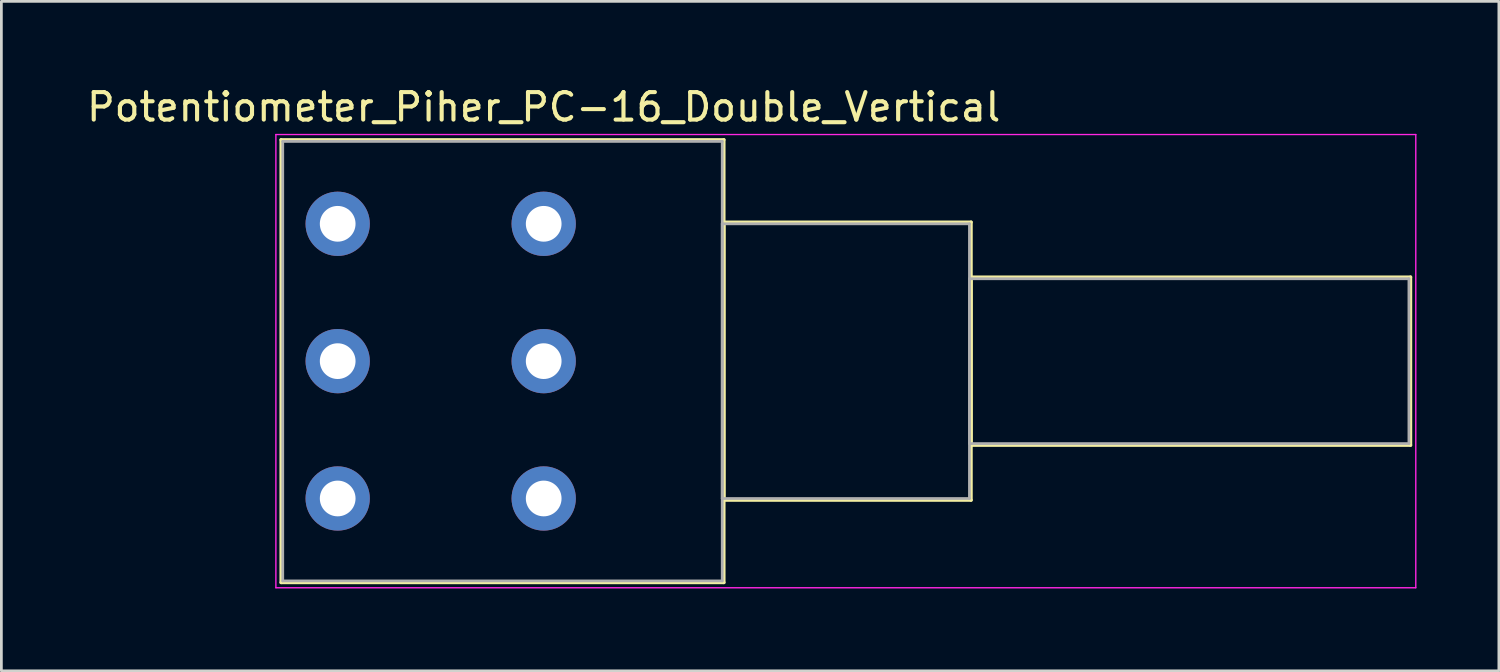
<source format=kicad_pcb>
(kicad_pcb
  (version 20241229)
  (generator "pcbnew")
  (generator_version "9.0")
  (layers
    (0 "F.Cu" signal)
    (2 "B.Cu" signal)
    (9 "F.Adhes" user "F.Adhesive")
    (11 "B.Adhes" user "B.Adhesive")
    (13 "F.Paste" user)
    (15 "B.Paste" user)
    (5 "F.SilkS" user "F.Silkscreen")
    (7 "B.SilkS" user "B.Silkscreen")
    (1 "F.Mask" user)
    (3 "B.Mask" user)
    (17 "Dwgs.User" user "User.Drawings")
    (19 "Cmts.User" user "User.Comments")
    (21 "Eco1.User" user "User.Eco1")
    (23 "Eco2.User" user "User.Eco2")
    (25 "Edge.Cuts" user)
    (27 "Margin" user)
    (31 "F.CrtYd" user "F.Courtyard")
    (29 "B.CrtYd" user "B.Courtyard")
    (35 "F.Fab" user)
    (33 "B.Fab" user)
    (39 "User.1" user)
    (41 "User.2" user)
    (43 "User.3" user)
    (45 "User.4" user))
  (footprint "Potentiometer_Piher_PC-16_Double_Vertical"
    (layer "F.Cu")
    (at 16.744 15.098)
    (property "Reference" "Potentiometer_Piher_PC-16_Double_Vertical" (at 0 -14.25 0) (layer "F.SilkS") (effects (font (size 1 1) (thickness 0.15))))
    (attr through_hole)
    (fp_line (start -9.56 -13.06) (end -9.56 3.06) (stroke (width 0.12) (type solid)) (layer "F.SilkS"))
    (fp_line (start -9.56 -13.06) (end 6.56 -13.06) (stroke (width 0.12) (type solid)) (layer "F.SilkS"))
    (fp_line (start -9.56 3.06) (end 6.56 3.06) (stroke (width 0.12) (type solid)) (layer "F.SilkS"))
    (fp_line (start 6.56 -13.06) (end 6.56 3.06) (stroke (width 0.12) (type solid)) (layer "F.SilkS"))
    (fp_line (start 6.56 -10.06) (end 6.56 0.06) (stroke (width 0.12) (type solid)) (layer "F.SilkS"))
    (fp_line (start 6.56 -10.06) (end 15.56 -10.06) (stroke (width 0.12) (type solid)) (layer "F.SilkS"))
    (fp_line (start 6.56 0.06) (end 15.56 0.06) (stroke (width 0.12) (type solid)) (layer "F.SilkS"))
    (fp_line (start 15.56 -10.06) (end 15.56 0.06) (stroke (width 0.12) (type solid)) (layer "F.SilkS"))
    (fp_line (start 15.56 -8.06) (end 15.56 -1.94) (stroke (width 0.12) (type solid)) (layer "F.SilkS"))
    (fp_line (start 15.56 -8.06) (end 31.56 -8.06) (stroke (width 0.12) (type solid)) (layer "F.SilkS"))
    (fp_line (start 15.56 -1.94) (end 31.56 -1.94) (stroke (width 0.12) (type solid)) (layer "F.SilkS"))
    (fp_line (start 31.56 -8.06) (end 31.56 -1.94) (stroke (width 0.12) (type solid)) (layer "F.SilkS"))
    (fp_line (start -9.75 -13.25) (end -9.75 3.25) (stroke (width 0.05) (type solid)) (layer "F.CrtYd"))
    (fp_line (start -9.75 3.25) (end 31.75 3.25) (stroke (width 0.05) (type solid)) (layer "F.CrtYd"))
    (fp_line (start 31.75 -13.25) (end -9.75 -13.25) (stroke (width 0.05) (type solid)) (layer "F.CrtYd"))
    (fp_line (start 31.75 3.25) (end 31.75 -13.25) (stroke (width 0.05) (type solid)) (layer "F.CrtYd"))
    (fp_line (start -9.5 -13) (end -9.5 3) (stroke (width 0.1) (type solid)) (layer "F.Fab"))
    (fp_line (start -9.5 3) (end 6.5 3) (stroke (width 0.1) (type solid)) (layer "F.Fab"))
    (fp_line (start 6.5 -13) (end -9.5 -13) (stroke (width 0.1) (type solid)) (layer "F.Fab"))
    (fp_line (start 6.5 -10) (end 6.5 0) (stroke (width 0.1) (type solid)) (layer "F.Fab"))
    (fp_line (start 6.5 0) (end 15.5 0) (stroke (width 0.1) (type solid)) (layer "F.Fab"))
    (fp_line (start 6.5 3) (end 6.5 -13) (stroke (width 0.1) (type solid)) (layer "F.Fab"))
    (fp_line (start 15.5 -10) (end 6.5 -10) (stroke (width 0.1) (type solid)) (layer "F.Fab"))
    (fp_line (start 15.5 -8) (end 15.5 -2) (stroke (width 0.1) (type solid)) (layer "F.Fab"))
    (fp_line (start 15.5 -2) (end 31.5 -2) (stroke (width 0.1) (type solid)) (layer "F.Fab"))
    (fp_line (start 15.5 0) (end 15.5 -10) (stroke (width 0.1) (type solid)) (layer "F.Fab"))
    (fp_line (start 31.5 -8) (end 15.5 -8) (stroke (width 0.1) (type solid)) (layer "F.Fab"))
    (fp_line (start 31.5 -2) (end 31.5 -8) (stroke (width 0.1) (type solid)) (layer "F.Fab"))
    (pad "1" thru_hole circle (at 0 0) (size 2.34 2.34) (drill 1.3) (layers "*.Cu" "*.Mask"))
    (pad "2" thru_hole circle (at 0 -5) (size 2.34 2.34) (drill 1.3) (layers "*.Cu" "*.Mask"))
    (pad "3" thru_hole circle (at 0 -10) (size 2.34 2.34) (drill 1.3) (layers "*.Cu" "*.Mask"))
    (pad "4" thru_hole circle (at -7.5 0) (size 2.34 2.34) (drill 1.3) (layers "*.Cu" "*.Mask"))
    (pad "5" thru_hole circle (at -7.5 -5) (size 2.34 2.34) (drill 1.3) (layers "*.Cu" "*.Mask"))
    (pad "6" thru_hole circle (at -7.5 -10) (size 2.34 2.34) (drill 1.3) (layers "*.Cu" "*.Mask")))
  (gr_rect
    (start -3 -3)
    (end 51.519 21.373)
    (stroke (width 0.1) (type default))
    (fill no)
    (layer "Edge.Cuts")))
</source>
